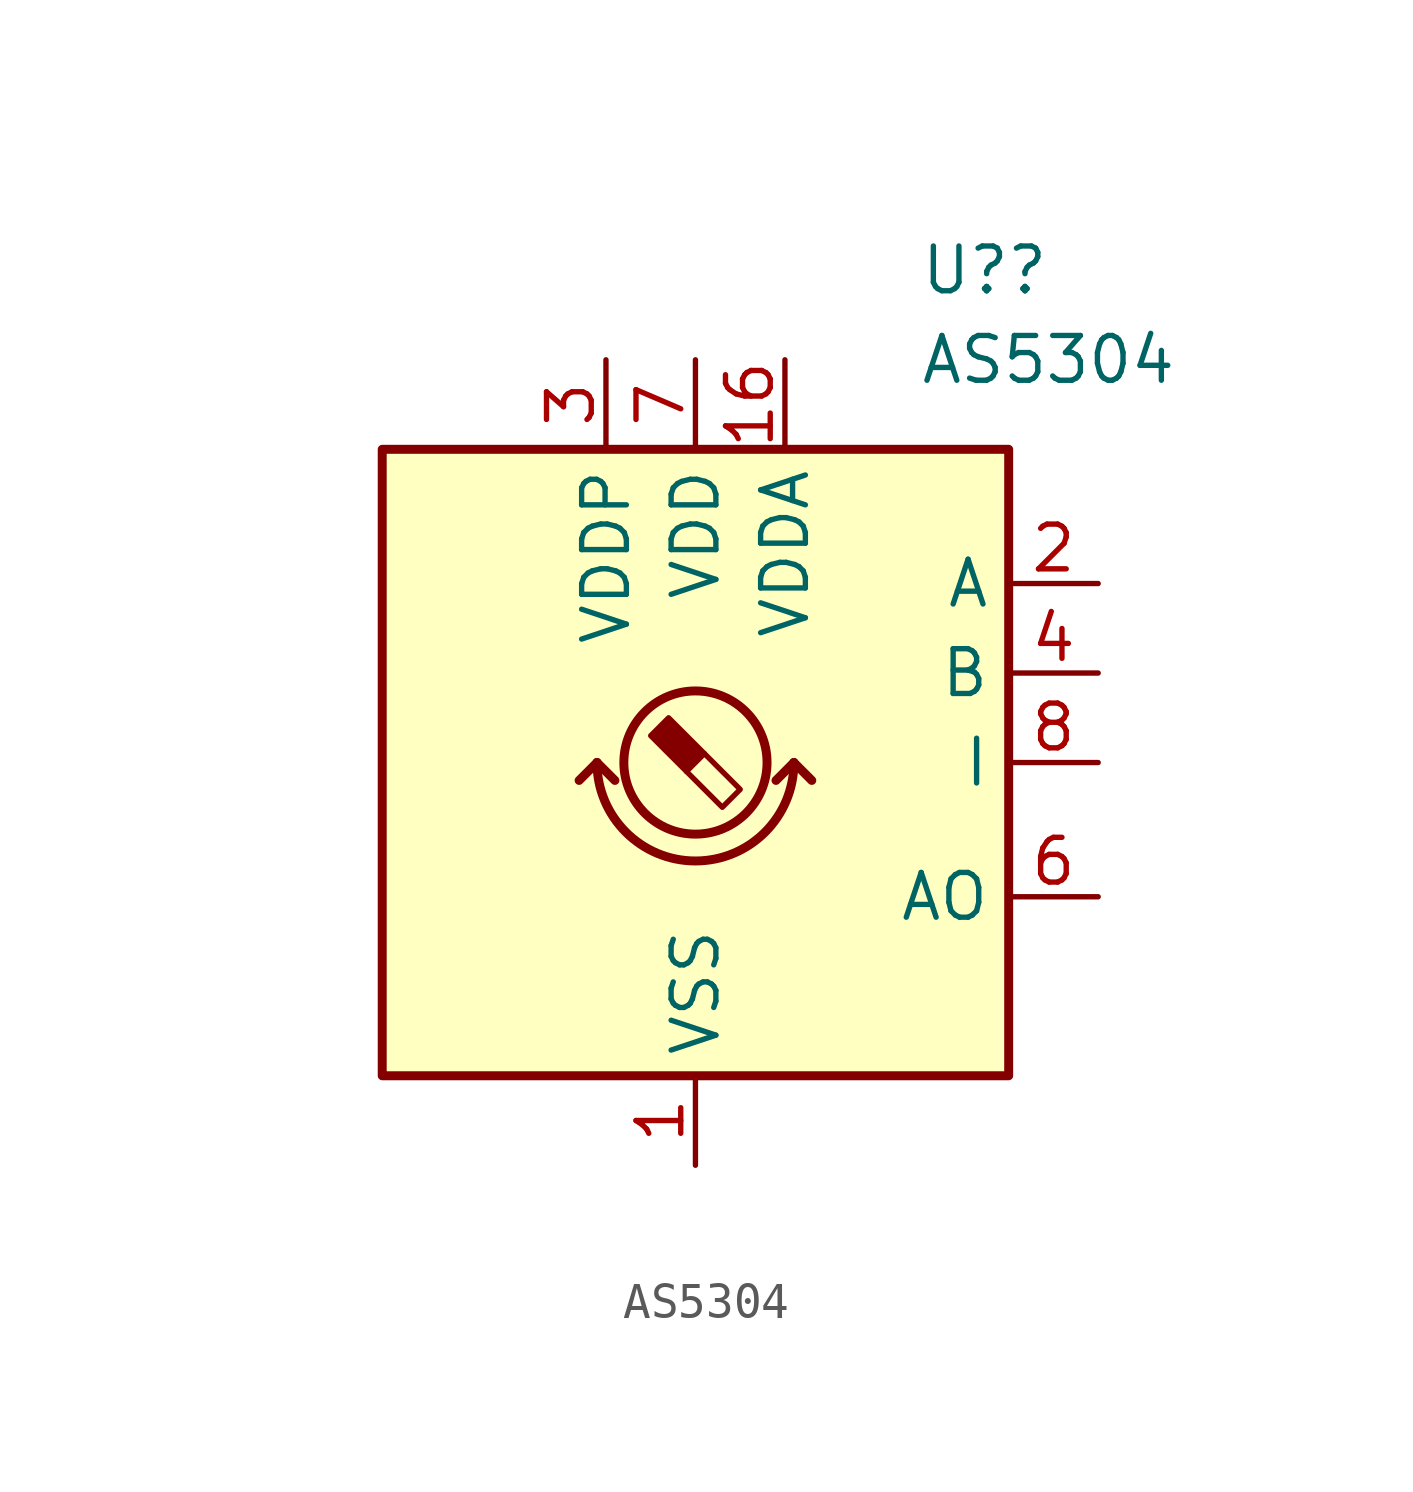
<source format=kicad_sym>
(kicad_symbol_lib
  (version 20211014)
  (generator kicad_symbol_editor)
  (symbol "AS5304"
    (property "Reference" "U?"
      (at 6.35 13.97 0)
      (effects (font (size 1.27 1.27)) (justify left)))
    (property "Value" "AS5304"
      (at 6.35 11.43 0)
      (effects (font (size 1.27 1.27)) (justify left)))
    (symbol "AS5304_0_1"
      (rectangle (start -8.89 8.89) (end 8.89 -8.89) (stroke (width 0.254) (type default) (color 0 0 0 0)) (fill (type background)))
      (arc (start -2.794 0) (mid 0 -2.794) (end 2.794 0) (stroke (width 0.254) (type default) (color 0 0 0 0)) (fill (type none)))
      (polyline (pts (xy -2.794 0) (xy -3.302 -0.508)) (stroke (width 0.254) (type default) (color 0 0 0 0)) (fill (type none)))
      (polyline (pts (xy -2.794 0) (xy -2.286 -0.508)) (stroke (width 0.254) (type default) (color 0 0 0 0)) (fill (type none)))
      (polyline (pts (xy 2.794 0) (xy 2.286 -0.508)) (stroke (width 0.254) (type default) (color 0 0 0 0)) (fill (type none)))
      (polyline (pts (xy 2.794 0) (xy 3.302 -0.508)) (stroke (width 0.254) (type default) (color 0 0 0 0)) (fill (type none))))
    (symbol "AS5304_1_1"
      (polyline (pts (xy 0.254 0.254) (xy 1.27 -0.762) (xy 0.762 -1.27) (xy -0.254 -0.254)) (stroke (width 0) (type default) (color 0 0 0 0)) (fill (type none)))
      (polyline (pts (xy -0.762 1.27) (xy 0.254 0.254) (xy -0.254 -0.254) (xy -1.27 0.762) (xy -1.016 1.016) (xy -0.762 1.27) (xy -0.635 1.143)) (stroke (width 0) (type default) (color 0 0 0 0)) (fill (type outline)))
      (circle (center 0 0) (radius 2.032) (stroke (width 0.254) (type default) (color 0 0 0 0)) (fill (type none)))
      (pin power_in line (at 0 -11.43 90) (length 2.54) (name "VSS" (effects (font (size 1.27 1.27)))) (number "1" (effects (font (size 1.27 1.27)))))
      (pin passive line (at -11.43 -1.27 0) (length 2.54) hide (name "TEST" (effects (font (size 1.27 1.27)))) (number "10" (effects (font (size 1.27 1.27)))))
      (pin passive line (at -12.7 -1.27 0) (length 2.54) hide (name "TEST" (effects (font (size 1.27 1.27)))) (number "11" (effects (font (size 1.27 1.27)))))
      (pin passive line (at -12.7 -1.27 0) (length 2.54) hide (name "TEST" (effects (font (size 1.27 1.27)))) (number "12" (effects (font (size 1.27 1.27)))))
      (pin passive line (at -12.7 -1.27 0) (length 2.54) hide (name "TEST" (effects (font (size 1.27 1.27)))) (number "13" (effects (font (size 1.27 1.27)))))
      (pin passive line (at -12.7 -1.27 0) (length 2.54) hide (name "TEST" (effects (font (size 1.27 1.27)))) (number "14" (effects (font (size 1.27 1.27)))))
      (pin passive line (at 0 -11.43 90) (length 2.54) hide (name "TEST_GND" (effects (font (size 1.27 1.27)))) (number "15" (effects (font (size 1.27 1.27)))))
      (pin input line (at 0 -11.43 90) (length 2.54) hide (name "ZPZ" (effects (font (size 1.27 1.27)))) (number "15" (effects (font (size 1.27 1.27)))))
      (pin power_in line (at 2.54 11.43 270) (length 2.54) (name "VDDA" (effects (font (size 1.27 1.27)))) (number "16" (effects (font (size 1.27 1.27)))))
      (pin passive line (at -12.7 -1.27 0) (length 2.54) hide (name "TEST" (effects (font (size 1.27 1.27)))) (number "17" (effects (font (size 1.27 1.27)))))
      (pin passive line (at -12.7 -1.27 0) (length 2.54) hide (name "TEST" (effects (font (size 1.27 1.27)))) (number "18" (effects (font (size 1.27 1.27)))))
      (pin passive line (at -12.7 -1.27 0) (length 2.54) hide (name "TEST" (effects (font (size 1.27 1.27)))) (number "19" (effects (font (size 1.27 1.27)))))
      (pin output line (at 11.43 5.08 180) (length 2.54) (name "A" (effects (font (size 1.27 1.27)))) (number "2" (effects (font (size 1.27 1.27)))))
      (pin power_in line (at -2.54 11.43 270) (length 2.54) (name "VDDP" (effects (font (size 1.27 1.27)))) (number "3" (effects (font (size 1.27 1.27)))))
      (pin output line (at 11.43 2.54 180) (length 2.54) (name "B" (effects (font (size 1.27 1.27)))) (number "4" (effects (font (size 1.27 1.27)))))
      (pin passive line (at -12.7 -1.27 0) (length 2.54) hide (name "TEST" (effects (font (size 1.27 1.27)))) (number "5" (effects (font (size 1.27 1.27)))))
      (pin output line (at 11.43 -3.81 180) (length 2.54) (name "AO" (effects (font (size 1.27 1.27)))) (number "6" (effects (font (size 1.27 1.27)))))
      (pin power_in line (at 0 11.43 270) (length 2.54) (name "VDD" (effects (font (size 1.27 1.27)))) (number "7" (effects (font (size 1.27 1.27)))))
      (pin output line (at 11.43 0 180) (length 2.54) (name "I" (effects (font (size 1.27 1.27)))) (number "8" (effects (font (size 1.27 1.27)))))
      (pin passive line (at -12.7 -1.27 0) (length 2.54) hide (name "TEST" (effects (font (size 1.27 1.27)))) (number "9" (effects (font (size 1.27 1.27))))))))
</source>
